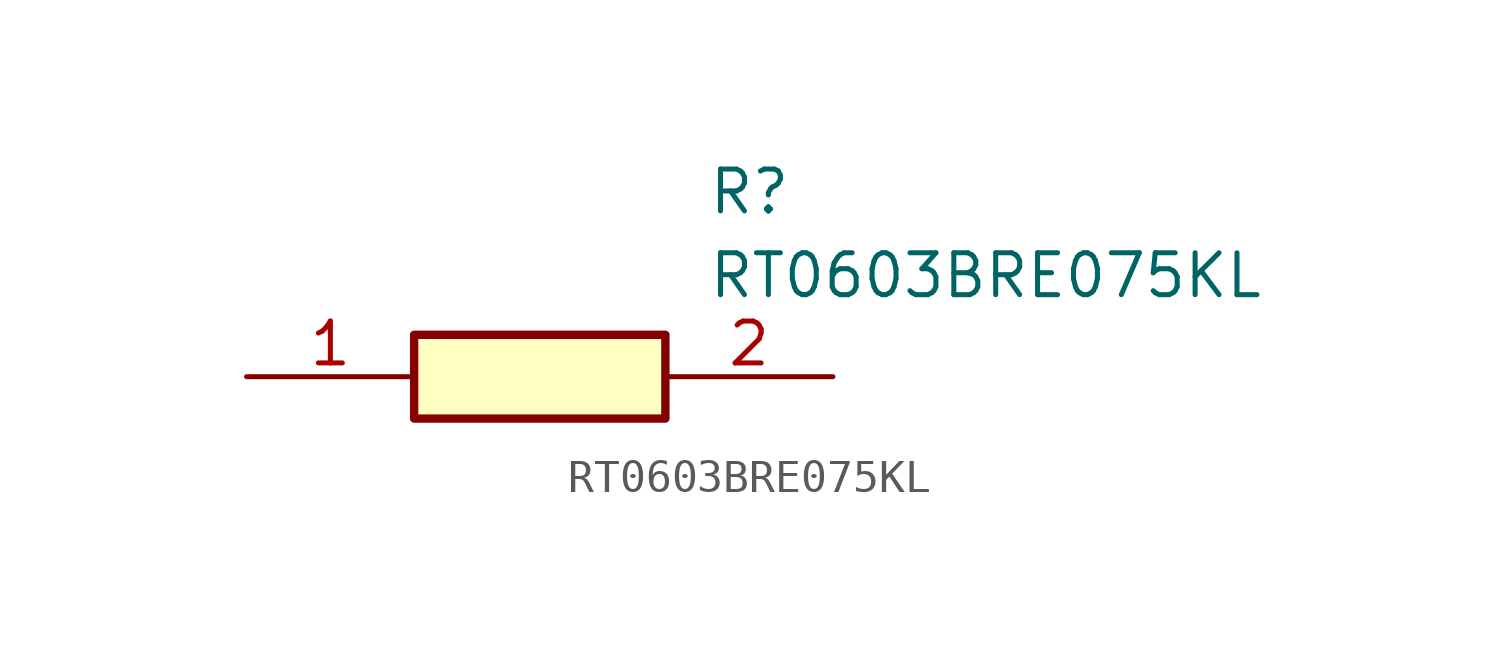
<source format=kicad_sym>
(kicad_symbol_lib
  (version 20211014)
  (generator SamacSys_ECAD_Model)
  (symbol "RT0603BRE075KL"
    (pin_names hide)
    (property "Reference" "R"
      (at 13.97 6.35 0)
      (effects (font (size 1.27 1.27)) (justify left top)))
    (property "Value" "RT0603BRE075KL"
      (at 13.97 3.81 0)
      (effects (font (size 1.27 1.27)) (justify left top)))
    (rectangle
      (start 5.08 1.27)
      (end 12.7 -1.27)
      (stroke (width 0.254) (type default))
      (fill (type background)))
    (pin passive line
      (at 0 0 0)
      (length 5.08)
      (name "1" (effects (font (size 1.27 1.27))))
      (number "1" (effects (font (size 1.27 1.27)))))
    (pin passive line
      (at 17.78 0 180)
      (length 5.08)
      (name "2" (effects (font (size 1.27 1.27))))
      (number "2" (effects (font (size 1.27 1.27)))))))
</source>
